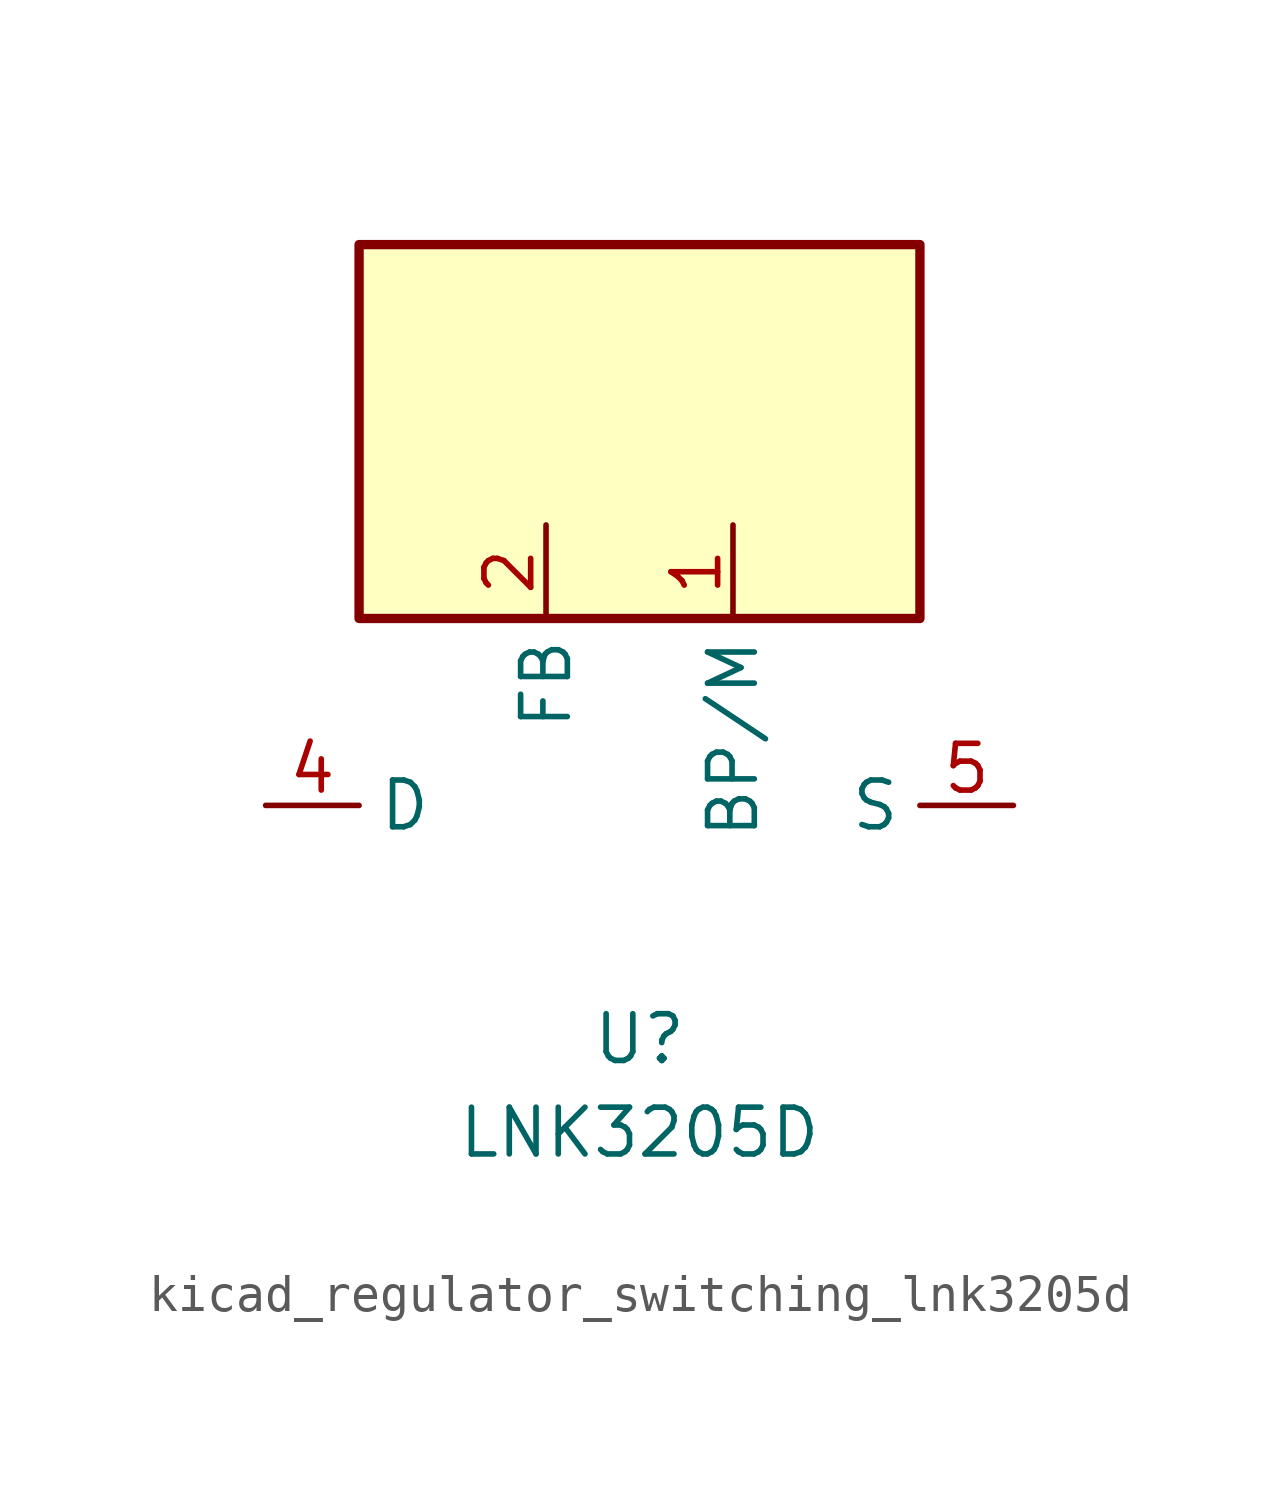
<source format=kicad_sym>
(kicad_symbol_lib
  (version 20220914)
  (generator kicad_symbol_editor)
  (symbol "kicad_regulator_switching_lnk3205d"
    (property "Reference" "U"
      (at 0 -6.35 0)
      (effects (font (size 1.27 1.27))))
    (property "Value" "LNK3205D"
      (at 0 -8.89 0)
      (effects (font (size 1.27 1.27))))
    (symbol "kicad_regulator_switching_lnk3205d_0_1"
      (rectangle (start 7.62 15.24) (end -7.62 5.08) (stroke (width 0.254) (type default)) (fill (type background))))
    (symbol "kicad_regulator_switching_lnk3205d_1_1"
      (pin input line (at 2.54 7.62 270) (length 2.54) (name "BP/M" (effects (font (size 1.27 1.27)))) (number "1" (effects (font (size 1.27 1.27)))))
      (pin input line (at -2.54 7.62 270) (length 2.54) (name "FB" (effects (font (size 1.27 1.27)))) (number "2" (effects (font (size 1.27 1.27)))))
      (pin open_collector line (at -10.16 0 0) (length 2.54) (name "D" (effects (font (size 1.27 1.27)))) (number "4" (effects (font (size 1.27 1.27)))))
      (pin power_in line (at 10.16 0 180) (length 2.54) (name "S" (effects (font (size 1.27 1.27)))) (number "5" (effects (font (size 1.27 1.27)))))
      (pin passive line (at 10.16 0 180) (length 2.54) hide (name "S" (effects (font (size 1.27 1.27)))) (number "6" (effects (font (size 1.27 1.27)))))
      (pin passive line (at 10.16 0 180) (length 2.54) hide (name "S" (effects (font (size 1.27 1.27)))) (number "7" (effects (font (size 1.27 1.27)))))
      (pin passive line (at 10.16 0 180) (length 2.54) hide (name "S" (effects (font (size 1.27 1.27)))) (number "8" (effects (font (size 1.27 1.27))))))))
</source>
